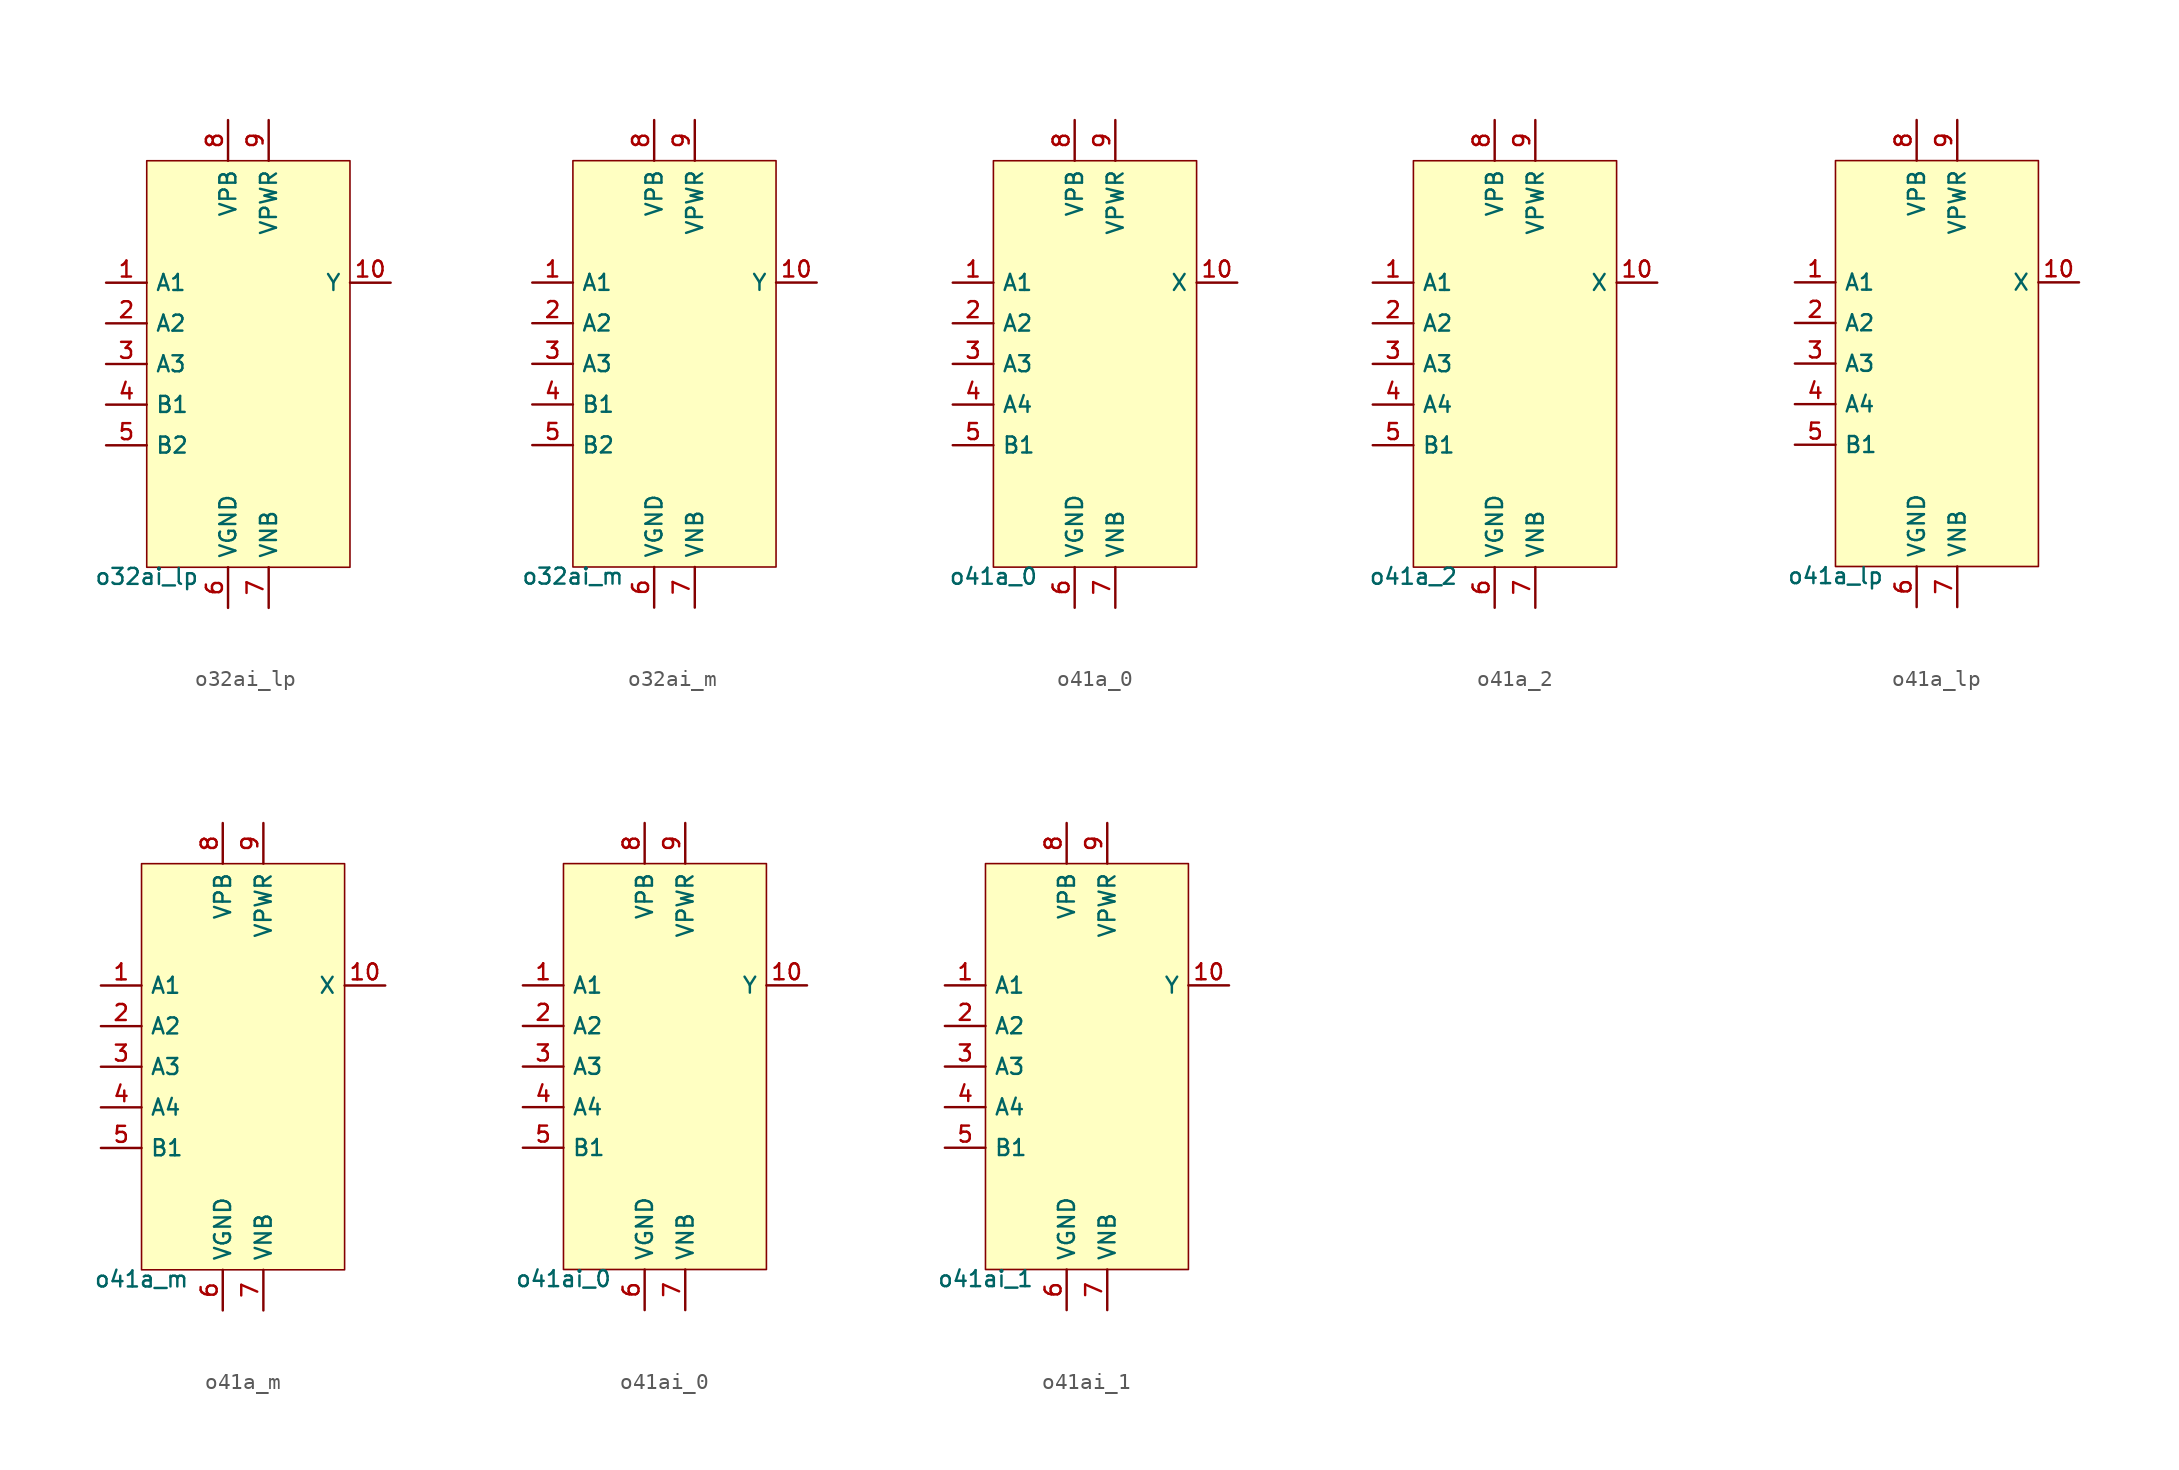
<source format=kicad_sym>
(kicad_symbol_lib
  (version 20211014)
  (generator pdk2kicad)
  (symbol "o32ai_lp"
    (property "Reference" "X"
      (at 0 0 0)
      (effects (font (size 1 1)) hide))
    (property "Value" "o32ai_lp"
      (at -6.35 -12.7 0)
      (effects (font (size 1 1)) (justify top)))
    (rectangle
      (start -6.35 -12.7)
      (end 6.35 12.7)
      (stroke (width 0.1) (type solid) (color 0 0 0 0))
      (fill (type background)))
    (pin input line
      (at -8.89 5.08 0)
      (length 2.54)
      (name "A1" (effects (font (size 1 1)) hide))
      (number "1" (effects (font (size 1 1)) hide)))
    (pin input line
      (at -8.89 2.54 0)
      (length 2.54)
      (name "A2" (effects (font (size 1 1)) hide))
      (number "2" (effects (font (size 1 1)) hide)))
    (pin input line
      (at -8.89 -8.881784197001252e-16 0)
      (length 2.54)
      (name "A3" (effects (font (size 1 1)) hide))
      (number "3" (effects (font (size 1 1)) hide)))
    (pin input line
      (at -8.89 -2.54 0)
      (length 2.54)
      (name "B1" (effects (font (size 1 1)) hide))
      (number "4" (effects (font (size 1 1)) hide)))
    (pin input line
      (at -8.89 -5.08 0)
      (length 2.54)
      (name "B2" (effects (font (size 1 1)) hide))
      (number "5" (effects (font (size 1 1)) hide)))
    (pin power_in line
      (at -1.27 -15.24 90)
      (length 2.54)
      (name "VGND" (effects (font (size 1 1)) hide))
      (number "6" (effects (font (size 1 1)) hide)))
    (pin power_in line
      (at 1.27 -15.24 90)
      (length 2.54)
      (name "VNB" (effects (font (size 1 1)) hide))
      (number "7" (effects (font (size 1 1)) hide)))
    (pin power_in line
      (at -1.27 15.24 270)
      (length 2.54)
      (name "VPB" (effects (font (size 1 1)) hide))
      (number "8" (effects (font (size 1 1)) hide)))
    (pin power_in line
      (at 1.27 15.24 270)
      (length 2.54)
      (name "VPWR" (effects (font (size 1 1)) hide))
      (number "9" (effects (font (size 1 1)) hide)))
    (pin output line
      (at 8.89 5.08 180)
      (length 2.54)
      (name "Y" (effects (font (size 1 1)) hide))
      (number "10" (effects (font (size 1 1)) hide))))
  (symbol "o32ai_m"
    (property "Reference" "X"
      (at 0 0 0)
      (effects (font (size 1 1)) hide))
    (property "Value" "o32ai_m"
      (at -6.35 -12.7 0)
      (effects (font (size 1 1)) (justify top)))
    (rectangle
      (start -6.35 -12.7)
      (end 6.35 12.7)
      (stroke (width 0.1) (type solid) (color 0 0 0 0))
      (fill (type background)))
    (pin input line
      (at -8.89 5.08 0)
      (length 2.54)
      (name "A1" (effects (font (size 1 1)) hide))
      (number "1" (effects (font (size 1 1)) hide)))
    (pin input line
      (at -8.89 2.54 0)
      (length 2.54)
      (name "A2" (effects (font (size 1 1)) hide))
      (number "2" (effects (font (size 1 1)) hide)))
    (pin input line
      (at -8.89 -8.881784197001252e-16 0)
      (length 2.54)
      (name "A3" (effects (font (size 1 1)) hide))
      (number "3" (effects (font (size 1 1)) hide)))
    (pin input line
      (at -8.89 -2.54 0)
      (length 2.54)
      (name "B1" (effects (font (size 1 1)) hide))
      (number "4" (effects (font (size 1 1)) hide)))
    (pin input line
      (at -8.89 -5.08 0)
      (length 2.54)
      (name "B2" (effects (font (size 1 1)) hide))
      (number "5" (effects (font (size 1 1)) hide)))
    (pin power_in line
      (at -1.27 -15.24 90)
      (length 2.54)
      (name "VGND" (effects (font (size 1 1)) hide))
      (number "6" (effects (font (size 1 1)) hide)))
    (pin power_in line
      (at 1.27 -15.24 90)
      (length 2.54)
      (name "VNB" (effects (font (size 1 1)) hide))
      (number "7" (effects (font (size 1 1)) hide)))
    (pin power_in line
      (at -1.27 15.24 270)
      (length 2.54)
      (name "VPB" (effects (font (size 1 1)) hide))
      (number "8" (effects (font (size 1 1)) hide)))
    (pin power_in line
      (at 1.27 15.24 270)
      (length 2.54)
      (name "VPWR" (effects (font (size 1 1)) hide))
      (number "9" (effects (font (size 1 1)) hide)))
    (pin output line
      (at 8.89 5.08 180)
      (length 2.54)
      (name "Y" (effects (font (size 1 1)) hide))
      (number "10" (effects (font (size 1 1)) hide))))
  (symbol "o41a_0"
    (property "Reference" "X"
      (at 0 0 0)
      (effects (font (size 1 1)) hide))
    (property "Value" "o41a_0"
      (at -6.35 -12.7 0)
      (effects (font (size 1 1)) (justify top)))
    (rectangle
      (start -6.35 -12.7)
      (end 6.35 12.7)
      (stroke (width 0.1) (type solid) (color 0 0 0 0))
      (fill (type background)))
    (pin input line
      (at -8.89 5.08 0)
      (length 2.54)
      (name "A1" (effects (font (size 1 1)) hide))
      (number "1" (effects (font (size 1 1)) hide)))
    (pin input line
      (at -8.89 2.54 0)
      (length 2.54)
      (name "A2" (effects (font (size 1 1)) hide))
      (number "2" (effects (font (size 1 1)) hide)))
    (pin input line
      (at -8.89 -8.881784197001252e-16 0)
      (length 2.54)
      (name "A3" (effects (font (size 1 1)) hide))
      (number "3" (effects (font (size 1 1)) hide)))
    (pin input line
      (at -8.89 -2.54 0)
      (length 2.54)
      (name "A4" (effects (font (size 1 1)) hide))
      (number "4" (effects (font (size 1 1)) hide)))
    (pin input line
      (at -8.89 -5.08 0)
      (length 2.54)
      (name "B1" (effects (font (size 1 1)) hide))
      (number "5" (effects (font (size 1 1)) hide)))
    (pin power_in line
      (at -1.27 -15.24 90)
      (length 2.54)
      (name "VGND" (effects (font (size 1 1)) hide))
      (number "6" (effects (font (size 1 1)) hide)))
    (pin power_in line
      (at 1.27 -15.24 90)
      (length 2.54)
      (name "VNB" (effects (font (size 1 1)) hide))
      (number "7" (effects (font (size 1 1)) hide)))
    (pin power_in line
      (at -1.27 15.24 270)
      (length 2.54)
      (name "VPB" (effects (font (size 1 1)) hide))
      (number "8" (effects (font (size 1 1)) hide)))
    (pin power_in line
      (at 1.27 15.24 270)
      (length 2.54)
      (name "VPWR" (effects (font (size 1 1)) hide))
      (number "9" (effects (font (size 1 1)) hide)))
    (pin output line
      (at 8.89 5.08 180)
      (length 2.54)
      (name "X" (effects (font (size 1 1)) hide))
      (number "10" (effects (font (size 1 1)) hide))))
  (symbol "o41a_2"
    (property "Reference" "X"
      (at 0 0 0)
      (effects (font (size 1 1)) hide))
    (property "Value" "o41a_2"
      (at -6.35 -12.7 0)
      (effects (font (size 1 1)) (justify top)))
    (rectangle
      (start -6.35 -12.7)
      (end 6.35 12.7)
      (stroke (width 0.1) (type solid) (color 0 0 0 0))
      (fill (type background)))
    (pin input line
      (at -8.89 5.08 0)
      (length 2.54)
      (name "A1" (effects (font (size 1 1)) hide))
      (number "1" (effects (font (size 1 1)) hide)))
    (pin input line
      (at -8.89 2.54 0)
      (length 2.54)
      (name "A2" (effects (font (size 1 1)) hide))
      (number "2" (effects (font (size 1 1)) hide)))
    (pin input line
      (at -8.89 -8.881784197001252e-16 0)
      (length 2.54)
      (name "A3" (effects (font (size 1 1)) hide))
      (number "3" (effects (font (size 1 1)) hide)))
    (pin input line
      (at -8.89 -2.54 0)
      (length 2.54)
      (name "A4" (effects (font (size 1 1)) hide))
      (number "4" (effects (font (size 1 1)) hide)))
    (pin input line
      (at -8.89 -5.08 0)
      (length 2.54)
      (name "B1" (effects (font (size 1 1)) hide))
      (number "5" (effects (font (size 1 1)) hide)))
    (pin power_in line
      (at -1.27 -15.24 90)
      (length 2.54)
      (name "VGND" (effects (font (size 1 1)) hide))
      (number "6" (effects (font (size 1 1)) hide)))
    (pin power_in line
      (at 1.27 -15.24 90)
      (length 2.54)
      (name "VNB" (effects (font (size 1 1)) hide))
      (number "7" (effects (font (size 1 1)) hide)))
    (pin power_in line
      (at -1.27 15.24 270)
      (length 2.54)
      (name "VPB" (effects (font (size 1 1)) hide))
      (number "8" (effects (font (size 1 1)) hide)))
    (pin power_in line
      (at 1.27 15.24 270)
      (length 2.54)
      (name "VPWR" (effects (font (size 1 1)) hide))
      (number "9" (effects (font (size 1 1)) hide)))
    (pin output line
      (at 8.89 5.08 180)
      (length 2.54)
      (name "X" (effects (font (size 1 1)) hide))
      (number "10" (effects (font (size 1 1)) hide))))
  (symbol "o41a_lp"
    (property "Reference" "X"
      (at 0 0 0)
      (effects (font (size 1 1)) hide))
    (property "Value" "o41a_lp"
      (at -6.35 -12.7 0)
      (effects (font (size 1 1)) (justify top)))
    (rectangle
      (start -6.35 -12.7)
      (end 6.35 12.7)
      (stroke (width 0.1) (type solid) (color 0 0 0 0))
      (fill (type background)))
    (pin input line
      (at -8.89 5.08 0)
      (length 2.54)
      (name "A1" (effects (font (size 1 1)) hide))
      (number "1" (effects (font (size 1 1)) hide)))
    (pin input line
      (at -8.89 2.54 0)
      (length 2.54)
      (name "A2" (effects (font (size 1 1)) hide))
      (number "2" (effects (font (size 1 1)) hide)))
    (pin input line
      (at -8.89 -8.881784197001252e-16 0)
      (length 2.54)
      (name "A3" (effects (font (size 1 1)) hide))
      (number "3" (effects (font (size 1 1)) hide)))
    (pin input line
      (at -8.89 -2.54 0)
      (length 2.54)
      (name "A4" (effects (font (size 1 1)) hide))
      (number "4" (effects (font (size 1 1)) hide)))
    (pin input line
      (at -8.89 -5.08 0)
      (length 2.54)
      (name "B1" (effects (font (size 1 1)) hide))
      (number "5" (effects (font (size 1 1)) hide)))
    (pin power_in line
      (at -1.27 -15.24 90)
      (length 2.54)
      (name "VGND" (effects (font (size 1 1)) hide))
      (number "6" (effects (font (size 1 1)) hide)))
    (pin power_in line
      (at 1.27 -15.24 90)
      (length 2.54)
      (name "VNB" (effects (font (size 1 1)) hide))
      (number "7" (effects (font (size 1 1)) hide)))
    (pin power_in line
      (at -1.27 15.24 270)
      (length 2.54)
      (name "VPB" (effects (font (size 1 1)) hide))
      (number "8" (effects (font (size 1 1)) hide)))
    (pin power_in line
      (at 1.27 15.24 270)
      (length 2.54)
      (name "VPWR" (effects (font (size 1 1)) hide))
      (number "9" (effects (font (size 1 1)) hide)))
    (pin output line
      (at 8.89 5.08 180)
      (length 2.54)
      (name "X" (effects (font (size 1 1)) hide))
      (number "10" (effects (font (size 1 1)) hide))))
  (symbol "o41a_m"
    (property "Reference" "X"
      (at 0 0 0)
      (effects (font (size 1 1)) hide))
    (property "Value" "o41a_m"
      (at -6.35 -12.7 0)
      (effects (font (size 1 1)) (justify top)))
    (rectangle
      (start -6.35 -12.7)
      (end 6.35 12.7)
      (stroke (width 0.1) (type solid) (color 0 0 0 0))
      (fill (type background)))
    (pin input line
      (at -8.89 5.08 0)
      (length 2.54)
      (name "A1" (effects (font (size 1 1)) hide))
      (number "1" (effects (font (size 1 1)) hide)))
    (pin input line
      (at -8.89 2.54 0)
      (length 2.54)
      (name "A2" (effects (font (size 1 1)) hide))
      (number "2" (effects (font (size 1 1)) hide)))
    (pin input line
      (at -8.89 -8.881784197001252e-16 0)
      (length 2.54)
      (name "A3" (effects (font (size 1 1)) hide))
      (number "3" (effects (font (size 1 1)) hide)))
    (pin input line
      (at -8.89 -2.54 0)
      (length 2.54)
      (name "A4" (effects (font (size 1 1)) hide))
      (number "4" (effects (font (size 1 1)) hide)))
    (pin input line
      (at -8.89 -5.08 0)
      (length 2.54)
      (name "B1" (effects (font (size 1 1)) hide))
      (number "5" (effects (font (size 1 1)) hide)))
    (pin power_in line
      (at -1.27 -15.24 90)
      (length 2.54)
      (name "VGND" (effects (font (size 1 1)) hide))
      (number "6" (effects (font (size 1 1)) hide)))
    (pin power_in line
      (at 1.27 -15.24 90)
      (length 2.54)
      (name "VNB" (effects (font (size 1 1)) hide))
      (number "7" (effects (font (size 1 1)) hide)))
    (pin power_in line
      (at -1.27 15.24 270)
      (length 2.54)
      (name "VPB" (effects (font (size 1 1)) hide))
      (number "8" (effects (font (size 1 1)) hide)))
    (pin power_in line
      (at 1.27 15.24 270)
      (length 2.54)
      (name "VPWR" (effects (font (size 1 1)) hide))
      (number "9" (effects (font (size 1 1)) hide)))
    (pin output line
      (at 8.89 5.08 180)
      (length 2.54)
      (name "X" (effects (font (size 1 1)) hide))
      (number "10" (effects (font (size 1 1)) hide))))
  (symbol "o41ai_0"
    (property "Reference" "X"
      (at 0 0 0)
      (effects (font (size 1 1)) hide))
    (property "Value" "o41ai_0"
      (at -6.35 -12.7 0)
      (effects (font (size 1 1)) (justify top)))
    (rectangle
      (start -6.35 -12.7)
      (end 6.35 12.7)
      (stroke (width 0.1) (type solid) (color 0 0 0 0))
      (fill (type background)))
    (pin input line
      (at -8.89 5.08 0)
      (length 2.54)
      (name "A1" (effects (font (size 1 1)) hide))
      (number "1" (effects (font (size 1 1)) hide)))
    (pin input line
      (at -8.89 2.54 0)
      (length 2.54)
      (name "A2" (effects (font (size 1 1)) hide))
      (number "2" (effects (font (size 1 1)) hide)))
    (pin input line
      (at -8.89 -8.881784197001252e-16 0)
      (length 2.54)
      (name "A3" (effects (font (size 1 1)) hide))
      (number "3" (effects (font (size 1 1)) hide)))
    (pin input line
      (at -8.89 -2.54 0)
      (length 2.54)
      (name "A4" (effects (font (size 1 1)) hide))
      (number "4" (effects (font (size 1 1)) hide)))
    (pin input line
      (at -8.89 -5.08 0)
      (length 2.54)
      (name "B1" (effects (font (size 1 1)) hide))
      (number "5" (effects (font (size 1 1)) hide)))
    (pin power_in line
      (at -1.27 -15.24 90)
      (length 2.54)
      (name "VGND" (effects (font (size 1 1)) hide))
      (number "6" (effects (font (size 1 1)) hide)))
    (pin power_in line
      (at 1.27 -15.24 90)
      (length 2.54)
      (name "VNB" (effects (font (size 1 1)) hide))
      (number "7" (effects (font (size 1 1)) hide)))
    (pin power_in line
      (at -1.27 15.24 270)
      (length 2.54)
      (name "VPB" (effects (font (size 1 1)) hide))
      (number "8" (effects (font (size 1 1)) hide)))
    (pin power_in line
      (at 1.27 15.24 270)
      (length 2.54)
      (name "VPWR" (effects (font (size 1 1)) hide))
      (number "9" (effects (font (size 1 1)) hide)))
    (pin output line
      (at 8.89 5.08 180)
      (length 2.54)
      (name "Y" (effects (font (size 1 1)) hide))
      (number "10" (effects (font (size 1 1)) hide))))
  (symbol "o41ai_1"
    (property "Reference" "X"
      (at 0 0 0)
      (effects (font (size 1 1)) hide))
    (property "Value" "o41ai_1"
      (at -6.35 -12.7 0)
      (effects (font (size 1 1)) (justify top)))
    (rectangle
      (start -6.35 -12.7)
      (end 6.35 12.7)
      (stroke (width 0.1) (type solid) (color 0 0 0 0))
      (fill (type background)))
    (pin input line
      (at -8.89 5.08 0)
      (length 2.54)
      (name "A1" (effects (font (size 1 1)) hide))
      (number "1" (effects (font (size 1 1)) hide)))
    (pin input line
      (at -8.89 2.54 0)
      (length 2.54)
      (name "A2" (effects (font (size 1 1)) hide))
      (number "2" (effects (font (size 1 1)) hide)))
    (pin input line
      (at -8.89 -8.881784197001252e-16 0)
      (length 2.54)
      (name "A3" (effects (font (size 1 1)) hide))
      (number "3" (effects (font (size 1 1)) hide)))
    (pin input line
      (at -8.89 -2.54 0)
      (length 2.54)
      (name "A4" (effects (font (size 1 1)) hide))
      (number "4" (effects (font (size 1 1)) hide)))
    (pin input line
      (at -8.89 -5.08 0)
      (length 2.54)
      (name "B1" (effects (font (size 1 1)) hide))
      (number "5" (effects (font (size 1 1)) hide)))
    (pin power_in line
      (at -1.27 -15.24 90)
      (length 2.54)
      (name "VGND" (effects (font (size 1 1)) hide))
      (number "6" (effects (font (size 1 1)) hide)))
    (pin power_in line
      (at 1.27 -15.24 90)
      (length 2.54)
      (name "VNB" (effects (font (size 1 1)) hide))
      (number "7" (effects (font (size 1 1)) hide)))
    (pin power_in line
      (at -1.27 15.24 270)
      (length 2.54)
      (name "VPB" (effects (font (size 1 1)) hide))
      (number "8" (effects (font (size 1 1)) hide)))
    (pin power_in line
      (at 1.27 15.24 270)
      (length 2.54)
      (name "VPWR" (effects (font (size 1 1)) hide))
      (number "9" (effects (font (size 1 1)) hide)))
    (pin output line
      (at 8.89 5.08 180)
      (length 2.54)
      (name "Y" (effects (font (size 1 1)) hide))
      (number "10" (effects (font (size 1 1)) hide)))))
</source>
